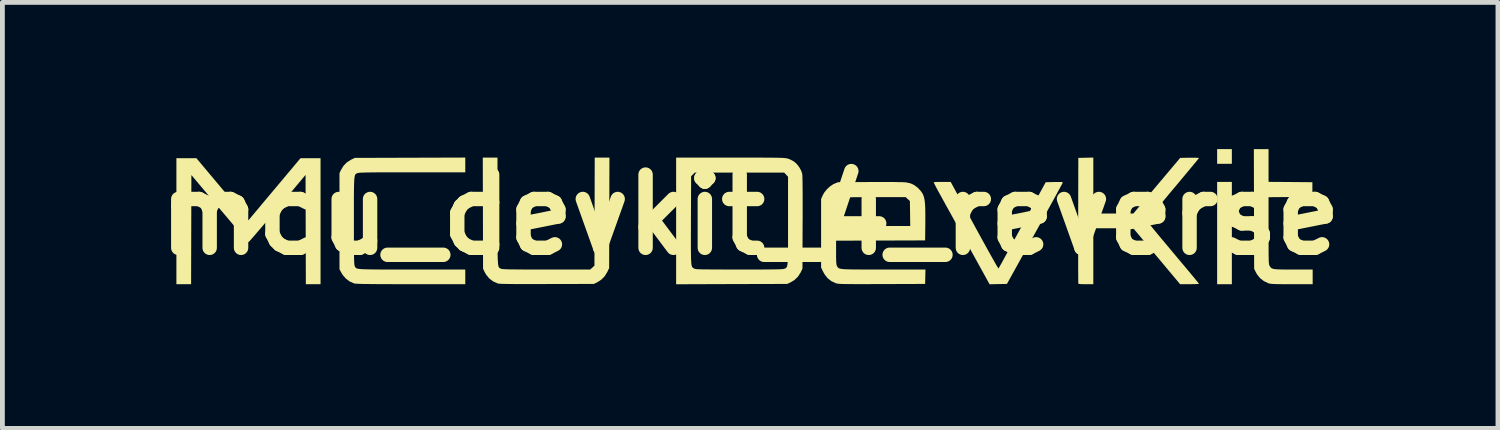
<source format=kicad_pcb>
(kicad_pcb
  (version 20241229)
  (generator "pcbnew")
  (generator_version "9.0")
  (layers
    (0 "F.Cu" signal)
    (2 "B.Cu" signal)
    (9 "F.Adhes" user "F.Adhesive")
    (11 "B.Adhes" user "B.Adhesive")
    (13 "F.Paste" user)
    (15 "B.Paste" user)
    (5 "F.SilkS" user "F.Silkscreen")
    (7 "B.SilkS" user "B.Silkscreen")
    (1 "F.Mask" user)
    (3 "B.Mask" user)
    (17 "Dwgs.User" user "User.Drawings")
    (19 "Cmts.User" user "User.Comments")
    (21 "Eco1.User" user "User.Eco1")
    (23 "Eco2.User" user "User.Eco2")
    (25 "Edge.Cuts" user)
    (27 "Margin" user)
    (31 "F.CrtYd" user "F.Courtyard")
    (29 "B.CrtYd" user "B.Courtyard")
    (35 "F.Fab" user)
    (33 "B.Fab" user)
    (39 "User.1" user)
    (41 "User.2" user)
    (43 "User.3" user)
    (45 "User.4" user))
  (footprint "mcu_devkit_4_reverse"
    (layer "F.Cu")
    (at 12.562 1.418)
    (property "Reference" "mcu_devkit_4_reverse" (at 0 0 0) (layer "F.SilkS") (effects (font (size 1.524 1.524) (thickness 0.3))))
    (attr board_only exclude_from_pos_files exclude_from_bom)
    (fp_poly (pts (xy 10.024 -1.059) (xy 9.718 -1.059) (xy 9.718 -1.365) (xy 10.024 -1.365)) (stroke (width 0) (type solid)) (fill yes) (layer "F.SilkS"))
    (fp_poly (pts (xy 10.024 1.447) (xy 9.718 1.447) (xy 9.718 -0.682) (xy 10.024 -0.682)) (stroke (width 0) (type solid)) (fill yes) (layer "F.SilkS"))
    (fp_poly (pts (xy -8.941 1.447) (xy -9.247 1.447) (xy -9.25 0.31) (xy -9.253 -0.828) (xy -9.841 -0.126) (xy -9.934 -0.015) (xy -10.023 0.09) (xy -10.107 0.188) (xy -10.184 0.279) (xy -10.253 0.359) (xy -10.313 0.429) (xy -10.363 0.487) (xy -10.402 0.531) (xy -10.429 0.56) (xy -10.442 0.572) (xy -10.442 0.573) (xy -10.452 0.564) (xy -10.475 0.538) (xy -10.511 0.497) (xy -10.559 0.442) (xy -10.617 0.374) (xy -10.685 0.296) (xy -10.76 0.207) (xy -10.842 0.11) (xy -10.93 0.006) (xy -11.022 -0.103) (xy -11.042 -0.127) (xy -11.629 -0.825) (xy -11.632 0.311) (xy -11.635 1.447) (xy -11.941 1.447) (xy -11.941 -1.176) (xy -11.732 -1.176) (xy -11.524 -1.175) (xy -10.982 -0.529) (xy -10.441 0.117) (xy -10.418 0.088) (xy -10.406 0.074) (xy -10.381 0.044) (xy -10.343 -0.001) (xy -10.294 -0.06) (xy -10.235 -0.13) (xy -10.168 -0.211) (xy -10.093 -0.3) (xy -10.012 -0.397) (xy -9.926 -0.499) (xy -9.876 -0.558) (xy -9.359 -1.175) (xy -9.15 -1.176) (xy -8.941 -1.176)) (stroke (width 0) (type solid)) (fill yes) (layer "F.SilkS"))
    (fp_poly (pts (xy 10.788 -0.683) (xy 11.244 -0.68) (xy 11.7 -0.676) (xy 11.7 -0.371) (xy 11.244 -0.368) (xy 10.788 -0.364) (xy 10.788 0.332) (xy 10.788 0.478) (xy 10.788 0.602) (xy 10.789 0.706) (xy 10.789 0.793) (xy 10.79 0.863) (xy 10.791 0.919) (xy 10.792 0.962) (xy 10.794 0.995) (xy 10.797 1.02) (xy 10.8 1.038) (xy 10.803 1.05) (xy 10.807 1.06) (xy 10.811 1.067) (xy 10.823 1.086) (xy 10.836 1.101) (xy 10.851 1.114) (xy 10.872 1.123) (xy 10.9 1.13) (xy 10.938 1.135) (xy 10.989 1.138) (xy 11.055 1.14) (xy 11.138 1.141) (xy 11.241 1.141) (xy 11.305 1.141) (xy 11.706 1.141) (xy 11.706 1.447) (xy 11.274 1.447) (xy 11.159 1.446) (xy 11.066 1.446) (xy 10.991 1.445) (xy 10.931 1.444) (xy 10.886 1.442) (xy 10.85 1.439) (xy 10.823 1.436) (xy 10.802 1.432) (xy 10.783 1.426) (xy 10.78 1.425) (xy 10.689 1.381) (xy 10.61 1.319) (xy 10.546 1.239) (xy 10.515 1.181) (xy 10.488 1.124) (xy 10.485 -0.121) (xy 10.482 -1.365) (xy 10.788 -1.365)) (stroke (width 0) (type solid)) (fill yes) (layer "F.SilkS"))
    (fp_poly (pts (xy -5.259 -0.076) (xy -5.259 0.115) (xy -5.259 0.284) (xy -5.259 0.433) (xy -5.258 0.562) (xy -5.258 0.673) (xy -5.257 0.767) (xy -5.256 0.847) (xy -5.254 0.912) (xy -5.251 0.966) (xy -5.248 1.008) (xy -5.245 1.041) (xy -5.24 1.066) (xy -5.234 1.084) (xy -5.228 1.097) (xy -5.22 1.106) (xy -5.211 1.112) (xy -5.201 1.117) (xy -5.19 1.123) (xy -5.189 1.123) (xy -5.18 1.127) (xy -5.166 1.13) (xy -5.146 1.132) (xy -5.118 1.134) (xy -5.08 1.136) (xy -5.032 1.137) (xy -4.97 1.139) (xy -4.895 1.139) (xy -4.804 1.14) (xy -4.696 1.141) (xy -4.568 1.141) (xy -4.421 1.141) (xy -4.251 1.141) (xy -3.329 1.141) (xy -3.285 1.101) (xy -3.241 1.061) (xy -3.238 -0.064) (xy -3.235 -1.188) (xy -2.929 -1.188) (xy -2.935 1.112) (xy -2.973 1.191) (xy -3.027 1.28) (xy -3.098 1.352) (xy -3.183 1.407) (xy -3.253 1.441) (xy -4.229 1.443) (xy -4.411 1.444) (xy -4.57 1.444) (xy -4.709 1.444) (xy -4.828 1.444) (xy -4.93 1.443) (xy -5.015 1.442) (xy -5.084 1.441) (xy -5.14 1.44) (xy -5.184 1.438) (xy -5.216 1.436) (xy -5.239 1.434) (xy -5.254 1.431) (xy -5.255 1.43) (xy -5.348 1.389) (xy -5.428 1.329) (xy -5.493 1.251) (xy -5.528 1.19) (xy -5.559 1.124) (xy -5.562 -0.032) (xy -5.565 -1.188) (xy -5.259 -1.188)) (stroke (width 0) (type solid)) (fill yes) (layer "F.SilkS"))
    (fp_poly (pts (xy 4.665 0.223) (xy 4.745 0.369) (xy 4.819 0.505) (xy 4.889 0.631) (xy 4.952 0.745) (xy 5.008 0.846) (xy 5.057 0.933) (xy 5.098 1.005) (xy 5.13 1.061) (xy 5.153 1.098) (xy 5.166 1.117) (xy 5.168 1.119) (xy 5.175 1.107) (xy 5.193 1.076) (xy 5.22 1.028) (xy 5.256 0.963) (xy 5.299 0.884) (xy 5.35 0.791) (xy 5.407 0.687) (xy 5.469 0.573) (xy 5.536 0.451) (xy 5.607 0.321) (xy 5.664 0.216) (xy 6.15 -0.676) (xy 6.329 -0.68) (xy 6.398 -0.681) (xy 6.446 -0.681) (xy 6.477 -0.68) (xy 6.495 -0.677) (xy 6.503 -0.672) (xy 6.503 -0.665) (xy 6.503 -0.662) (xy 6.496 -0.649) (xy 6.479 -0.617) (xy 6.452 -0.567) (xy 6.416 -0.501) (xy 6.372 -0.419) (xy 6.32 -0.325) (xy 6.261 -0.218) (xy 6.196 -0.1) (xy 6.126 0.027) (xy 6.052 0.162) (xy 5.974 0.303) (xy 5.92 0.4) (xy 5.343 1.441) (xy 5.162 1.444) (xy 4.982 1.448) (xy 4.494 0.563) (xy 4.418 0.425) (xy 4.343 0.289) (xy 4.271 0.158) (xy 4.202 0.033) (xy 4.137 -0.084) (xy 4.078 -0.19) (xy 4.026 -0.285) (xy 3.982 -0.366) (xy 3.946 -0.431) (xy 3.92 -0.478) (xy 3.91 -0.496) (xy 3.879 -0.553) (xy 3.853 -0.604) (xy 3.833 -0.643) (xy 3.822 -0.668) (xy 3.821 -0.676) (xy 3.834 -0.678) (xy 3.867 -0.68) (xy 3.915 -0.682) (xy 3.973 -0.682) (xy 4 -0.682) (xy 4.173 -0.682)) (stroke (width 0) (type solid)) (fill yes) (layer "F.SilkS"))
    (fp_poly (pts (xy 7.141 -0.024) (xy 7.974 -0.024) (xy 8.461 -0.603) (xy 8.949 -1.182) (xy 9.146 -1.186) (xy 9.219 -1.186) (xy 9.277 -1.185) (xy 9.317 -1.183) (xy 9.337 -1.18) (xy 9.339 -1.178) (xy 9.331 -1.167) (xy 9.309 -1.14) (xy 9.275 -1.098) (xy 9.228 -1.042) (xy 9.172 -0.974) (xy 9.106 -0.895) (xy 9.033 -0.807) (xy 8.953 -0.711) (xy 8.868 -0.609) (xy 8.797 -0.525) (xy 8.708 -0.419) (xy 8.624 -0.318) (xy 8.545 -0.224) (xy 8.474 -0.138) (xy 8.41 -0.062) (xy 8.356 0.004) (xy 8.312 0.057) (xy 8.28 0.096) (xy 8.261 0.12) (xy 8.256 0.126) (xy 8.263 0.137) (xy 8.284 0.164) (xy 8.317 0.206) (xy 8.363 0.262) (xy 8.418 0.329) (xy 8.483 0.408) (xy 8.556 0.496) (xy 8.636 0.591) (xy 8.721 0.693) (xy 8.794 0.78) (xy 8.883 0.887) (xy 8.968 0.988) (xy 9.047 1.082) (xy 9.119 1.168) (xy 9.183 1.245) (xy 9.238 1.311) (xy 9.282 1.365) (xy 9.314 1.404) (xy 9.334 1.428) (xy 9.339 1.436) (xy 9.329 1.44) (xy 9.298 1.443) (xy 9.246 1.445) (xy 9.177 1.446) (xy 9.145 1.446) (xy 8.947 1.446) (xy 7.972 0.282) (xy 7.141 0.282) (xy 7.141 1.447) (xy 6.988 1.447) (xy 6.919 1.446) (xy 6.872 1.444) (xy 6.843 1.44) (xy 6.83 1.434) (xy 6.829 1.432) (xy 6.828 1.419) (xy 6.828 1.383) (xy 6.827 1.327) (xy 6.827 1.252) (xy 6.826 1.16) (xy 6.826 1.052) (xy 6.826 0.929) (xy 6.826 0.793) (xy 6.826 0.646) (xy 6.826 0.49) (xy 6.826 0.324) (xy 6.826 0.152) (xy 6.826 0.118) (xy 6.829 -1.182) (xy 7.141 -1.189)) (stroke (width 0) (type solid)) (fill yes) (layer "F.SilkS"))
    (fp_poly (pts (xy -5.929 -0.882) (xy -7.03 -0.882) (xy -7.22 -0.882) (xy -7.388 -0.882) (xy -7.535 -0.882) (xy -7.663 -0.881) (xy -7.772 -0.881) (xy -7.865 -0.88) (xy -7.943 -0.879) (xy -8.006 -0.878) (xy -8.057 -0.876) (xy -8.097 -0.875) (xy -8.127 -0.873) (xy -8.149 -0.87) (xy -8.163 -0.868) (xy -8.17 -0.866) (xy -8.184 -0.86) (xy -8.196 -0.855) (xy -8.206 -0.848) (xy -8.215 -0.839) (xy -8.223 -0.825) (xy -8.229 -0.805) (xy -8.234 -0.777) (xy -8.238 -0.741) (xy -8.241 -0.694) (xy -8.243 -0.634) (xy -8.245 -0.561) (xy -8.246 -0.473) (xy -8.247 -0.368) (xy -8.247 -0.245) (xy -8.247 -0.102) (xy -8.247 0.063) (xy -8.247 0.129) (xy -8.247 0.3) (xy -8.247 0.448) (xy -8.247 0.575) (xy -8.246 0.684) (xy -8.245 0.776) (xy -8.245 0.852) (xy -8.243 0.913) (xy -8.242 0.962) (xy -8.24 1) (xy -8.238 1.028) (xy -8.235 1.048) (xy -8.233 1.062) (xy -8.229 1.071) (xy -8.229 1.071) (xy -8.224 1.083) (xy -8.218 1.093) (xy -8.212 1.102) (xy -8.203 1.11) (xy -8.191 1.116) (xy -8.173 1.122) (xy -8.149 1.127) (xy -8.116 1.131) (xy -8.074 1.134) (xy -8.022 1.136) (xy -7.957 1.138) (xy -7.878 1.139) (xy -7.784 1.14) (xy -7.674 1.141) (xy -7.546 1.141) (xy -7.399 1.141) (xy -7.231 1.141) (xy -7.041 1.141) (xy -5.929 1.141) (xy -5.929 1.447) (xy -7.062 1.446) (xy -7.259 1.446) (xy -7.433 1.446) (xy -7.587 1.445) (xy -7.72 1.445) (xy -7.836 1.444) (xy -7.934 1.443) (xy -8.016 1.442) (xy -8.083 1.441) (xy -8.137 1.439) (xy -8.179 1.437) (xy -8.21 1.435) (xy -8.231 1.433) (xy -8.244 1.43) (xy -8.336 1.389) (xy -8.417 1.328) (xy -8.484 1.249) (xy -8.514 1.197) (xy -8.547 1.135) (xy -8.547 -0.865) (xy -8.516 -0.931) (xy -8.462 -1.019) (xy -8.392 -1.091) (xy -8.307 -1.144) (xy -8.229 -1.182) (xy -5.929 -1.189)) (stroke (width 0) (type solid)) (fill yes) (layer "F.SilkS"))
    (fp_poly (pts (xy 2.89 -0.68) (xy 2.996 -0.68) (xy 3.086 -0.678) (xy 3.159 -0.677) (xy 3.213 -0.675) (xy 3.245 -0.672) (xy 3.247 -0.672) (xy 3.335 -0.653) (xy 3.41 -0.619) (xy 3.48 -0.567) (xy 3.506 -0.542) (xy 3.539 -0.506) (xy 3.567 -0.471) (xy 3.59 -0.434) (xy 3.608 -0.393) (xy 3.622 -0.345) (xy 3.632 -0.288) (xy 3.639 -0.219) (xy 3.643 -0.136) (xy 3.645 -0.035) (xy 3.645 0.084) (xy 3.645 0.176) (xy 3.641 0.535) (xy 2.715 0.538) (xy 1.788 0.541) (xy 1.788 0.789) (xy 1.788 0.874) (xy 1.789 0.939) (xy 1.791 0.987) (xy 1.794 1.021) (xy 1.798 1.046) (xy 1.804 1.063) (xy 1.808 1.072) (xy 1.816 1.084) (xy 1.823 1.095) (xy 1.832 1.105) (xy 1.843 1.113) (xy 1.86 1.12) (xy 1.882 1.125) (xy 1.913 1.13) (xy 1.952 1.134) (xy 2.003 1.136) (xy 2.066 1.138) (xy 2.144 1.14) (xy 2.237 1.14) (xy 2.348 1.141) (xy 2.477 1.141) (xy 2.627 1.141) (xy 2.776 1.141) (xy 3.648 1.141) (xy 3.641 1.441) (xy 2.741 1.444) (xy 2.574 1.444) (xy 2.428 1.445) (xy 2.302 1.445) (xy 2.195 1.445) (xy 2.105 1.444) (xy 2.03 1.444) (xy 1.969 1.443) (xy 1.919 1.442) (xy 1.88 1.44) (xy 1.85 1.438) (xy 1.826 1.436) (xy 1.808 1.433) (xy 1.793 1.429) (xy 1.781 1.425) (xy 1.78 1.425) (xy 1.689 1.383) (xy 1.613 1.323) (xy 1.551 1.245) (xy 1.513 1.177) (xy 1.476 1.1) (xy 1.476 0.235) (xy 1.788 0.235) (xy 3.331 0.235) (xy 3.324 -0.284) (xy 3.236 -0.365) (xy 2.564 -0.365) (xy 2.419 -0.365) (xy 2.295 -0.364) (xy 2.191 -0.364) (xy 2.105 -0.363) (xy 2.035 -0.362) (xy 1.98 -0.361) (xy 1.938 -0.359) (xy 1.906 -0.357) (xy 1.884 -0.354) (xy 1.868 -0.351) (xy 1.859 -0.347) (xy 1.837 -0.335) (xy 1.82 -0.322) (xy 1.808 -0.304) (xy 1.799 -0.28) (xy 1.793 -0.246) (xy 1.79 -0.198) (xy 1.789 -0.133) (xy 1.788 -0.049) (xy 1.788 -0.021) (xy 1.788 0.235) (xy 1.476 0.235) (xy 1.476 -0.324) (xy 1.505 -0.394) (xy 1.541 -0.46) (xy 1.594 -0.526) (xy 1.657 -0.585) (xy 1.723 -0.631) (xy 1.759 -0.648) (xy 1.829 -0.676) (xy 2.496 -0.68) (xy 2.638 -0.681) (xy 2.77 -0.681)) (stroke (width 0) (type solid)) (fill yes) (layer "F.SilkS"))
    (fp_poly (pts (xy -0.225 -1.188) (xy -0.058 -1.188) (xy 0.087 -1.188) (xy 0.214 -1.188) (xy 0.323 -1.187) (xy 0.416 -1.187) (xy 0.494 -1.186) (xy 0.559 -1.185) (xy 0.613 -1.184) (xy 0.656 -1.183) (xy 0.69 -1.181) (xy 0.718 -1.179) (xy 0.739 -1.176) (xy 0.756 -1.174) (xy 0.771 -1.17) (xy 0.784 -1.167) (xy 0.79 -1.165) (xy 0.841 -1.145) (xy 0.892 -1.118) (xy 0.921 -1.099) (xy 0.973 -1.052) (xy 1.02 -0.99) (xy 1.058 -0.923) (xy 1.081 -0.859) (xy 1.082 -0.855) (xy 1.085 -0.831) (xy 1.087 -0.786) (xy 1.089 -0.721) (xy 1.09 -0.634) (xy 1.091 -0.525) (xy 1.092 -0.394) (xy 1.092 -0.24) (xy 1.092 -0.064) (xy 1.092 0.135) (xy 1.091 0.165) (xy 1.088 1.124) (xy 1.05 1.202) (xy 0.995 1.288) (xy 0.923 1.358) (xy 0.837 1.41) (xy 0.771 1.441) (xy -0.385 1.444) (xy -1.541 1.448) (xy -1.541 0.568) (xy -1.234 0.568) (xy -1.234 0.679) (xy -1.233 0.774) (xy -1.232 0.853) (xy -1.231 0.917) (xy -1.228 0.969) (xy -1.225 1.01) (xy -1.221 1.042) (xy -1.216 1.065) (xy -1.209 1.083) (xy -1.202 1.095) (xy -1.193 1.104) (xy -1.182 1.111) (xy -1.171 1.119) (xy -1.168 1.121) (xy -1.16 1.124) (xy -1.15 1.127) (xy -1.135 1.13) (xy -1.113 1.133) (xy -1.084 1.135) (xy -1.046 1.136) (xy -0.996 1.138) (xy -0.934 1.139) (xy -0.858 1.139) (xy -0.766 1.14) (xy -0.657 1.14) (xy -0.529 1.141) (xy -0.38 1.141) (xy -0.226 1.141) (xy -0.056 1.141) (xy 0.093 1.141) (xy 0.221 1.141) (xy 0.33 1.14) (xy 0.422 1.139) (xy 0.497 1.139) (xy 0.559 1.137) (xy 0.608 1.136) (xy 0.646 1.134) (xy 0.675 1.132) (xy 0.695 1.13) (xy 0.709 1.127) (xy 0.718 1.123) (xy 0.718 1.123) (xy 0.731 1.117) (xy 0.742 1.111) (xy 0.751 1.103) (xy 0.759 1.093) (xy 0.766 1.078) (xy 0.772 1.057) (xy 0.776 1.029) (xy 0.78 0.991) (xy 0.783 0.943) (xy 0.785 0.883) (xy 0.786 0.809) (xy 0.787 0.719) (xy 0.788 0.613) (xy 0.788 0.488) (xy 0.788 0.344) (xy 0.788 0.177) (xy 0.788 0.124) (xy 0.788 -0.789) (xy 0.748 -0.833) (xy 0.708 -0.876) (xy -1.152 -0.876) (xy -1.191 -0.838) (xy -1.229 -0.8) (xy -1.233 0.113) (xy -1.233 0.286) (xy -1.234 0.437) (xy -1.234 0.568) (xy -1.541 0.568) (xy -1.541 -1.188) (xy -0.413 -1.188)) (stroke (width 0) (type solid)) (fill yes) (layer "F.SilkS")))
  (gr_rect
    (start -3 -3)
    (end 28.124 5.866)
    (stroke (width 0.1) (type default))
    (fill no)
    (layer "Edge.Cuts")))
</source>
